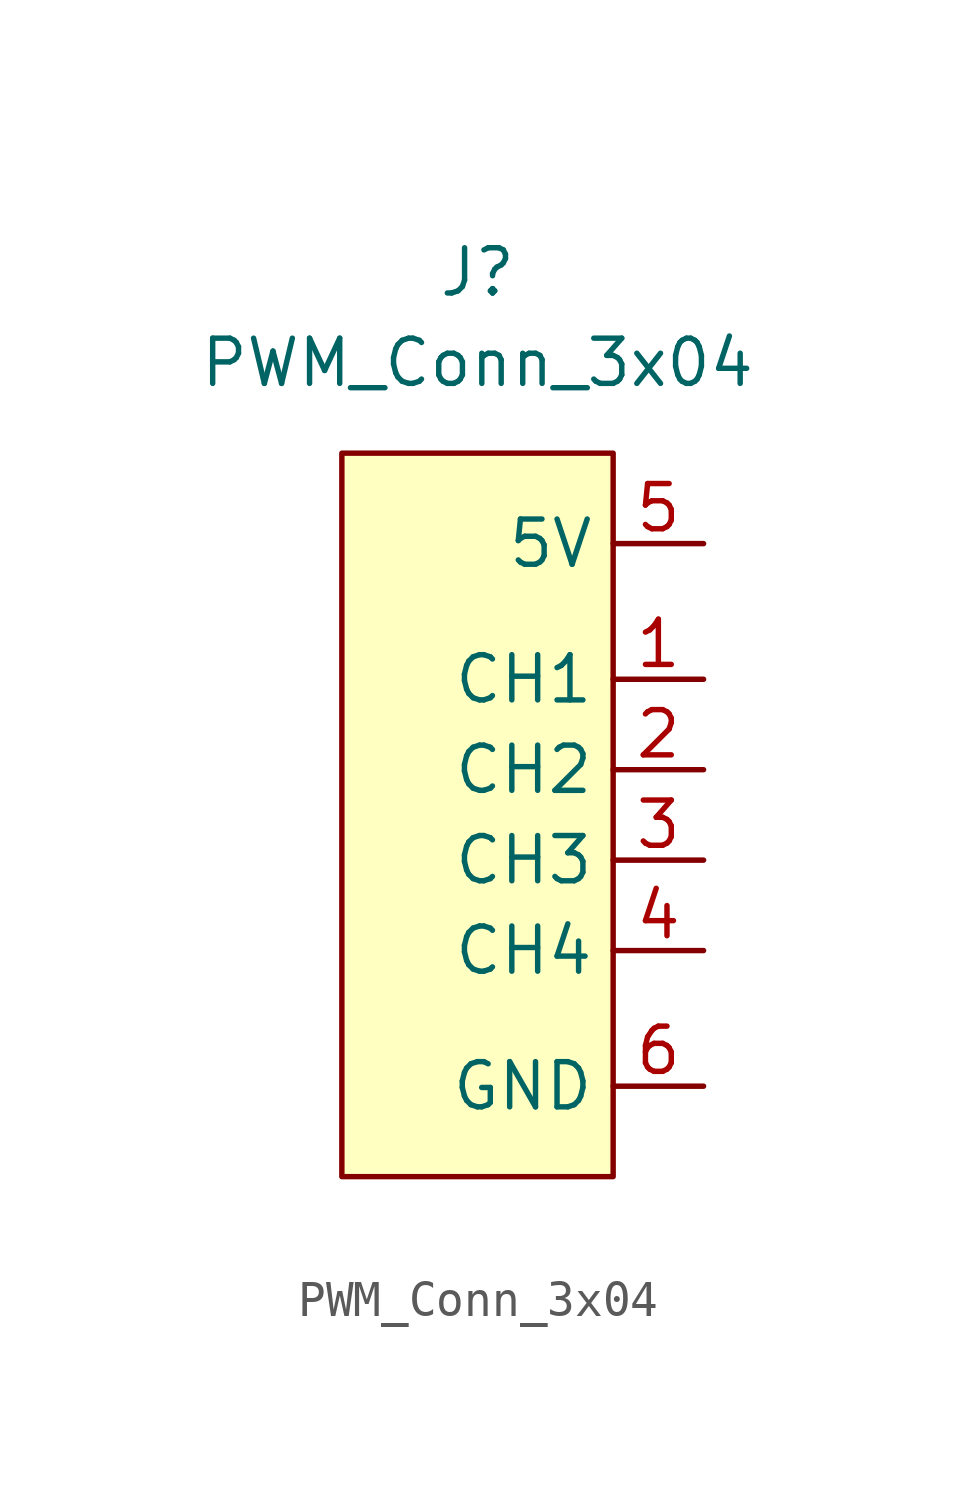
<source format=kicad_sym>
(kicad_symbol_lib
  (version 20211014)
  (generator kicad_symbol_editor)
  (symbol "PWM_Conn_3x04"
    (property "Reference" "J"
      (at 0 15.24 0)
      (effects (font (size 1.27 1.27))))
    (property "Value" "PWM_Conn_3x04"
      (at 0 12.7 0)
      (effects (font (size 1.27 1.27))))
    (symbol "PWM_Conn_3x04_0_1"
      (rectangle (start -3.81 10.16) (end 3.81 -10.16) (stroke (width 0) (type default) (color 0 0 0 0)) (fill (type background))))
    (symbol "PWM_Conn_3x04_1_1"
      (pin input line (at 6.35 3.81 180) (length 2.54) (name "CH1" (effects (font (size 1.27 1.27)))) (number "1" (effects (font (size 1.27 1.27)))))
      (pin input line (at 6.35 1.27 180) (length 2.54) (name "CH2" (effects (font (size 1.27 1.27)))) (number "2" (effects (font (size 1.27 1.27)))))
      (pin input line (at 6.35 -1.27 180) (length 2.54) (name "CH3" (effects (font (size 1.27 1.27)))) (number "3" (effects (font (size 1.27 1.27)))))
      (pin input line (at 6.35 -3.81 180) (length 2.54) (name "CH4" (effects (font (size 1.27 1.27)))) (number "4" (effects (font (size 1.27 1.27)))))
      (pin power_in line (at 6.35 7.62 180) (length 2.54) (name "5V" (effects (font (size 1.27 1.27)))) (number "5" (effects (font (size 1.27 1.27)))))
      (pin power_in line (at 6.35 -7.62 180) (length 2.54) (name "GND" (effects (font (size 1.27 1.27)))) (number "6" (effects (font (size 1.27 1.27))))))))
</source>
